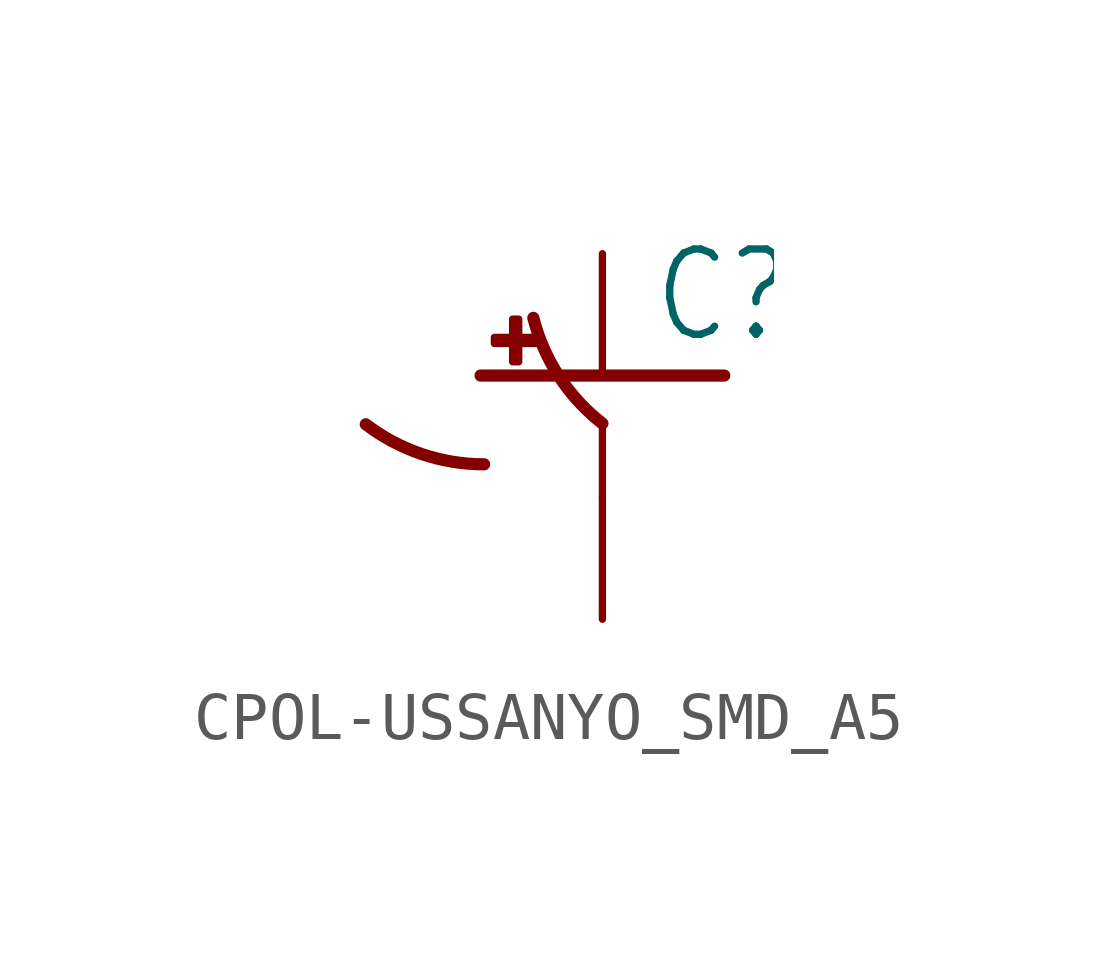
<source format=kicad_sym>
(kicad_symbol_lib
  (version 20241209)
  (generator "kicad_symbol_editor")
  (generator_version "9.0")
  (symbol "CPOL-USSANYO_SMD_A5"
    (property "Reference" "C"
      (at 1.016 0.635 0)
      (effects (font (size 1.778 1.511)) (justify left bottom)))
    (property "Value" ""
      (at 1.016 -4.191 0)
      (effects (font (size 1.778 1.511)) (justify left bottom)))
    (property "ki_locked" ""
      (at 0 0 0)
      (effects (font (size 1.27 1.27))))
    (symbol "CPOL-USSANYO_SMD_A5_1_0"
      (polyline (pts (xy -2.54 0) (xy 2.54 0)) (stroke (width 0.254) (type solid)) (fill (type none)))
      (arc (start -2.4669 -1.8504) (mid -3.7689 -1.6361) (end -4.9337 -1.0159) (stroke (width 0.254) (type solid)) (fill (type none)))
      (rectangle (start -2.253 0.668) (end -1.364 0.795) (stroke (width 0) (type default)) (fill (type outline)))
      (rectangle (start -1.872 0.287) (end -1.745 1.176) (stroke (width 0) (type default)) (fill (type outline)))
      (polyline (pts (xy 0 -1.016) (xy 0 -2.54)) (stroke (width 0.152) (type solid)) (fill (type none)))
      (arc (start 0 -1) (mid -0.9038 -0.0189) (end -1.4403 1.2025) (stroke (width 0.254) (type solid)) (fill (type none)))
      (pin passive line (at 0 2.54 270) (length 2.54) (name "+" (effects (font (size 0 0)))) (number "+" (effects (font (size 0 0)))))
      (pin passive line (at 0 -5.08 90) (length 2.54) (name "-" (effects (font (size 0 0)))) (number "-" (effects (font (size 0 0))))))))
</source>
